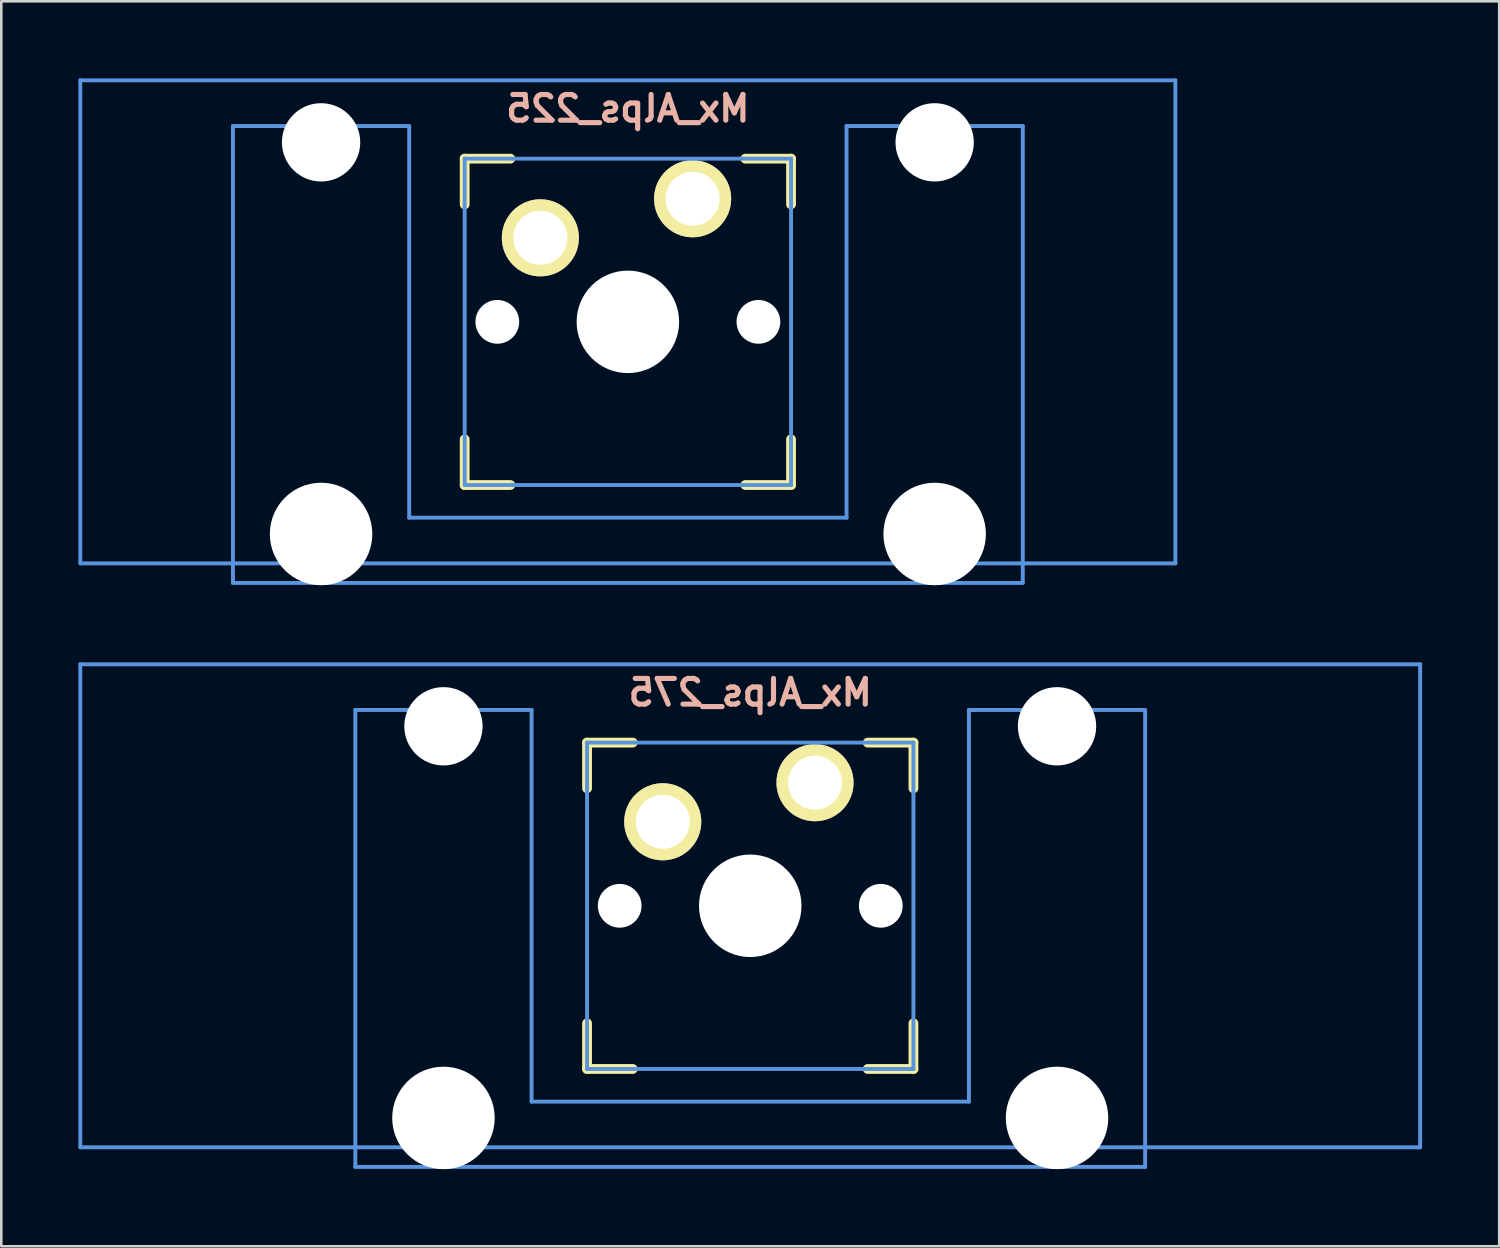
<source format=kicad_pcb>
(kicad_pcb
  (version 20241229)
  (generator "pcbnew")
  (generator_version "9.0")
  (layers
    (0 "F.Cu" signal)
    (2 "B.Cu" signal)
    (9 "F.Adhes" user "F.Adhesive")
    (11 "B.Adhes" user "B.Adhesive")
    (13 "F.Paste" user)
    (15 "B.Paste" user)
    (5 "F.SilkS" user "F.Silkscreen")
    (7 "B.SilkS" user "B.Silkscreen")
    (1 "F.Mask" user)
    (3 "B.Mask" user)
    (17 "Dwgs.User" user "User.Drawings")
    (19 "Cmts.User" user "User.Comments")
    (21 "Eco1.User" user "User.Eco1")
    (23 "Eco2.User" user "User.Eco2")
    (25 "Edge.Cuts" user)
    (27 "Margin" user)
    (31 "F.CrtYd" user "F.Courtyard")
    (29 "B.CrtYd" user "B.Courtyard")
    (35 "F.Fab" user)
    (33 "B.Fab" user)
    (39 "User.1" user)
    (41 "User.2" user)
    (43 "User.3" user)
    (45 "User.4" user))
  (footprint "Mx_Alps_225"
    (layer "F.Cu")
    (at 21.382 9.474)
    (property "Reference" "Mx_Alps_225" (at 0 -8.3 0) (layer "B.SilkS") (effects (font (size 1 1) (thickness 0.2)) (justify mirror)))
    (attr through_hole)
    (fp_line (start -6.35 -6.35) (end -4.572 -6.35) (stroke (width 0.381) (type solid)) (layer "F.SilkS"))
    (fp_line (start -6.35 -4.572) (end -6.35 -6.35) (stroke (width 0.381) (type solid)) (layer "F.SilkS"))
    (fp_line (start -6.35 6.35) (end -6.35 4.572) (stroke (width 0.381) (type solid)) (layer "F.SilkS"))
    (fp_line (start -4.572 6.35) (end -6.35 6.35) (stroke (width 0.381) (type solid)) (layer "F.SilkS"))
    (fp_line (start 4.572 -6.35) (end 6.35 -6.35) (stroke (width 0.381) (type solid)) (layer "F.SilkS"))
    (fp_line (start 6.35 -6.35) (end 6.35 -4.572) (stroke (width 0.381) (type solid)) (layer "F.SilkS"))
    (fp_line (start 6.35 4.572) (end 6.35 6.35) (stroke (width 0.381) (type solid)) (layer "F.SilkS"))
    (fp_line (start 6.35 6.35) (end 4.572 6.35) (stroke (width 0.381) (type solid)) (layer "F.SilkS"))
    (fp_line (start -21.306 -9.398) (end 21.306 -9.398) (stroke (width 0.152) (type solid)) (layer "Cmts.User"))
    (fp_line (start -21.306 9.398) (end -21.306 -9.398) (stroke (width 0.152) (type solid)) (layer "Cmts.User"))
    (fp_line (start -15.367 -7.62) (end -15.367 10.16) (stroke (width 0.152) (type solid)) (layer "Cmts.User"))
    (fp_line (start -15.367 10.16) (end 15.367 10.16) (stroke (width 0.152) (type solid)) (layer "Cmts.User"))
    (fp_line (start -8.509 -7.62) (end -15.367 -7.62) (stroke (width 0.152) (type solid)) (layer "Cmts.User"))
    (fp_line (start -8.509 7.62) (end -8.509 -7.62) (stroke (width 0.152) (type solid)) (layer "Cmts.User"))
    (fp_line (start -6.35 -6.35) (end 6.35 -6.35) (stroke (width 0.152) (type solid)) (layer "Cmts.User"))
    (fp_line (start -6.35 6.35) (end -6.35 -6.35) (stroke (width 0.152) (type solid)) (layer "Cmts.User"))
    (fp_line (start 6.35 -6.35) (end 6.35 6.35) (stroke (width 0.152) (type solid)) (layer "Cmts.User"))
    (fp_line (start 6.35 6.35) (end -6.35 6.35) (stroke (width 0.152) (type solid)) (layer "Cmts.User"))
    (fp_line (start 8.509 -7.62) (end 8.509 7.62) (stroke (width 0.152) (type solid)) (layer "Cmts.User"))
    (fp_line (start 8.509 7.62) (end -8.509 7.62) (stroke (width 0.152) (type solid)) (layer "Cmts.User"))
    (fp_line (start 15.367 -7.62) (end 8.509 -7.62) (stroke (width 0.152) (type solid)) (layer "Cmts.User"))
    (fp_line (start 15.367 10.16) (end 15.367 -7.62) (stroke (width 0.152) (type solid)) (layer "Cmts.User"))
    (fp_line (start 21.306 -9.398) (end 21.306 9.398) (stroke (width 0.152) (type solid)) (layer "Cmts.User"))
    (fp_line (start 21.306 9.398) (end -21.306 9.398) (stroke (width 0.152) (type solid)) (layer "Cmts.User"))
    (fp_line (start -16.129 -2.286) (end -15.265 -2.286) (stroke (width 0.152) (type solid)) (layer "Eco2.User"))
    (fp_line (start -16.129 0.508) (end -16.129 -2.286) (stroke (width 0.152) (type solid)) (layer "Eco2.User"))
    (fp_line (start -15.265 -5.69) (end -8.611 -5.69) (stroke (width 0.152) (type solid)) (layer "Eco2.User"))
    (fp_line (start -15.265 -2.286) (end -15.265 -5.69) (stroke (width 0.152) (type solid)) (layer "Eco2.User"))
    (fp_line (start -15.265 0.508) (end -16.129 0.508) (stroke (width 0.152) (type solid)) (layer "Eco2.User"))
    (fp_line (start -15.265 6.604) (end -15.265 0.508) (stroke (width 0.152) (type solid)) (layer "Eco2.User"))
    (fp_line (start -14.224 6.604) (end -15.265 6.604) (stroke (width 0.152) (type solid)) (layer "Eco2.User"))
    (fp_line (start -14.224 7.772) (end -14.224 6.604) (stroke (width 0.152) (type solid)) (layer "Eco2.User"))
    (fp_line (start -9.652 6.604) (end -9.652 7.772) (stroke (width 0.152) (type solid)) (layer "Eco2.User"))
    (fp_line (start -9.652 7.772) (end -14.224 7.772) (stroke (width 0.152) (type solid)) (layer "Eco2.User"))
    (fp_line (start -8.611 -5.69) (end -8.611 -4.877) (stroke (width 0.152) (type solid)) (layer "Eco2.User"))
    (fp_line (start -8.611 -4.877) (end -6.985 -4.877) (stroke (width 0.152) (type solid)) (layer "Eco2.User"))
    (fp_line (start -8.611 5.817) (end -8.611 6.604) (stroke (width 0.152) (type solid)) (layer "Eco2.User"))
    (fp_line (start -8.611 6.604) (end -9.652 6.604) (stroke (width 0.152) (type solid)) (layer "Eco2.User"))
    (fp_line (start -6.985 -6.985) (end 6.985 -6.985) (stroke (width 0.152) (type solid)) (layer "Eco2.User"))
    (fp_line (start -6.985 -4.877) (end -6.985 -6.985) (stroke (width 0.152) (type solid)) (layer "Eco2.User"))
    (fp_line (start -6.985 5.817) (end -8.611 5.817) (stroke (width 0.152) (type solid)) (layer "Eco2.User"))
    (fp_line (start -6.985 6.985) (end -6.985 5.817) (stroke (width 0.152) (type solid)) (layer "Eco2.User"))
    (fp_line (start 6.985 -6.985) (end 6.985 -4.877) (stroke (width 0.152) (type solid)) (layer "Eco2.User"))
    (fp_line (start 6.985 -4.877) (end 8.611 -4.877) (stroke (width 0.152) (type solid)) (layer "Eco2.User"))
    (fp_line (start 6.985 5.817) (end 6.985 6.985) (stroke (width 0.152) (type solid)) (layer "Eco2.User"))
    (fp_line (start 6.985 6.985) (end -6.985 6.985) (stroke (width 0.152) (type solid)) (layer "Eco2.User"))
    (fp_line (start 8.611 -5.69) (end 15.265 -5.69) (stroke (width 0.152) (type solid)) (layer "Eco2.User"))
    (fp_line (start 8.611 -4.877) (end 8.611 -5.69) (stroke (width 0.152) (type solid)) (layer "Eco2.User"))
    (fp_line (start 8.611 5.817) (end 6.985 5.817) (stroke (width 0.152) (type solid)) (layer "Eco2.User"))
    (fp_line (start 8.611 6.604) (end 8.611 5.817) (stroke (width 0.152) (type solid)) (layer "Eco2.User"))
    (fp_line (start 9.652 6.604) (end 8.611 6.604) (stroke (width 0.152) (type solid)) (layer "Eco2.User"))
    (fp_line (start 9.652 7.772) (end 9.652 6.604) (stroke (width 0.152) (type solid)) (layer "Eco2.User"))
    (fp_line (start 14.224 6.604) (end 14.224 7.772) (stroke (width 0.152) (type solid)) (layer "Eco2.User"))
    (fp_line (start 14.224 7.772) (end 9.652 7.772) (stroke (width 0.152) (type solid)) (layer "Eco2.User"))
    (fp_line (start 15.265 -5.69) (end 15.265 -2.286) (stroke (width 0.152) (type solid)) (layer "Eco2.User"))
    (fp_line (start 15.265 -2.286) (end 16.129 -2.286) (stroke (width 0.152) (type solid)) (layer "Eco2.User"))
    (fp_line (start 15.265 0.508) (end 15.265 6.604) (stroke (width 0.152) (type solid)) (layer "Eco2.User"))
    (fp_line (start 15.265 6.604) (end 14.224 6.604) (stroke (width 0.152) (type solid)) (layer "Eco2.User"))
    (fp_line (start 16.129 -2.286) (end 16.129 0.508) (stroke (width 0.152) (type solid)) (layer "Eco2.User"))
    (fp_line (start 16.129 0.508) (end 15.265 0.508) (stroke (width 0.152) (type solid)) (layer "Eco2.User"))
    (pad "" np_thru_hole circle (at -11.938 -6.985) (size 3.048 3.048) (drill 3.048) (layers "*.Cu"))
    (pad "" np_thru_hole circle (at -11.938 8.255) (size 3.988 3.988) (drill 3.988) (layers "*.Cu"))
    (pad "" np_thru_hole circle (at -5.08 0) (size 1.702 1.702) (drill 1.702) (layers "*.Cu"))
    (pad "" np_thru_hole circle (at 0 0) (size 3.988 3.988) (drill 3.988) (layers "*.Cu"))
    (pad "" np_thru_hole circle (at 5.08 0) (size 1.702 1.702) (drill 1.702) (layers "*.Cu"))
    (pad "" np_thru_hole circle (at 11.938 -6.985) (size 3.048 3.048) (drill 3.048) (layers "*.Cu"))
    (pad "" np_thru_hole circle (at 11.938 8.255) (size 3.988 3.988) (drill 3.988) (layers "*.Cu"))
    (pad "1" thru_hole oval (at -3.405 -3.27) (size 3 3) (drill oval 2.1) (layers "*.Cu" "*.Mask" "F.SilkS"))
    (pad "2" thru_hole oval (at 2.52 -4.79) (size 3 3) (drill oval 2.1) (layers "*.Cu" "*.Mask" "F.SilkS")))
  (footprint "Mx_Alps_275"
    (layer "F.Cu")
    (at 26.144 32.197)
    (property "Reference" "Mx_Alps_275" (at 0 -8.3 0) (layer "B.SilkS") (effects (font (size 1 1) (thickness 0.2)) (justify mirror)))
    (attr through_hole)
    (fp_line (start -6.35 -6.35) (end -4.572 -6.35) (stroke (width 0.381) (type solid)) (layer "F.SilkS"))
    (fp_line (start -6.35 -4.572) (end -6.35 -6.35) (stroke (width 0.381) (type solid)) (layer "F.SilkS"))
    (fp_line (start -6.35 6.35) (end -6.35 4.572) (stroke (width 0.381) (type solid)) (layer "F.SilkS"))
    (fp_line (start -4.572 6.35) (end -6.35 6.35) (stroke (width 0.381) (type solid)) (layer "F.SilkS"))
    (fp_line (start 4.572 -6.35) (end 6.35 -6.35) (stroke (width 0.381) (type solid)) (layer "F.SilkS"))
    (fp_line (start 6.35 -6.35) (end 6.35 -4.572) (stroke (width 0.381) (type solid)) (layer "F.SilkS"))
    (fp_line (start 6.35 4.572) (end 6.35 6.35) (stroke (width 0.381) (type solid)) (layer "F.SilkS"))
    (fp_line (start 6.35 6.35) (end 4.572 6.35) (stroke (width 0.381) (type solid)) (layer "F.SilkS"))
    (fp_line (start -26.068 -9.398) (end 26.068 -9.398) (stroke (width 0.152) (type solid)) (layer "Cmts.User"))
    (fp_line (start -26.068 9.398) (end -26.068 -9.398) (stroke (width 0.152) (type solid)) (layer "Cmts.User"))
    (fp_line (start -15.367 -7.62) (end -15.367 10.16) (stroke (width 0.152) (type solid)) (layer "Cmts.User"))
    (fp_line (start -15.367 10.16) (end 15.367 10.16) (stroke (width 0.152) (type solid)) (layer "Cmts.User"))
    (fp_line (start -8.509 -7.62) (end -15.367 -7.62) (stroke (width 0.152) (type solid)) (layer "Cmts.User"))
    (fp_line (start -8.509 7.62) (end -8.509 -7.62) (stroke (width 0.152) (type solid)) (layer "Cmts.User"))
    (fp_line (start -6.35 -6.35) (end 6.35 -6.35) (stroke (width 0.152) (type solid)) (layer "Cmts.User"))
    (fp_line (start -6.35 6.35) (end -6.35 -6.35) (stroke (width 0.152) (type solid)) (layer "Cmts.User"))
    (fp_line (start 6.35 -6.35) (end 6.35 6.35) (stroke (width 0.152) (type solid)) (layer "Cmts.User"))
    (fp_line (start 6.35 6.35) (end -6.35 6.35) (stroke (width 0.152) (type solid)) (layer "Cmts.User"))
    (fp_line (start 8.509 -7.62) (end 8.509 7.62) (stroke (width 0.152) (type solid)) (layer "Cmts.User"))
    (fp_line (start 8.509 7.62) (end -8.509 7.62) (stroke (width 0.152) (type solid)) (layer "Cmts.User"))
    (fp_line (start 15.367 -7.62) (end 8.509 -7.62) (stroke (width 0.152) (type solid)) (layer "Cmts.User"))
    (fp_line (start 15.367 10.16) (end 15.367 -7.62) (stroke (width 0.152) (type solid)) (layer "Cmts.User"))
    (fp_line (start 26.068 -9.398) (end 26.068 9.398) (stroke (width 0.152) (type solid)) (layer "Cmts.User"))
    (fp_line (start 26.068 9.398) (end -26.068 9.398) (stroke (width 0.152) (type solid)) (layer "Cmts.User"))
    (fp_line (start -16.129 -2.286) (end -15.265 -2.286) (stroke (width 0.152) (type solid)) (layer "Eco2.User"))
    (fp_line (start -16.129 0.508) (end -16.129 -2.286) (stroke (width 0.152) (type solid)) (layer "Eco2.User"))
    (fp_line (start -15.265 -5.69) (end -8.611 -5.69) (stroke (width 0.152) (type solid)) (layer "Eco2.User"))
    (fp_line (start -15.265 -2.286) (end -15.265 -5.69) (stroke (width 0.152) (type solid)) (layer "Eco2.User"))
    (fp_line (start -15.265 0.508) (end -16.129 0.508) (stroke (width 0.152) (type solid)) (layer "Eco2.User"))
    (fp_line (start -15.265 6.604) (end -15.265 0.508) (stroke (width 0.152) (type solid)) (layer "Eco2.User"))
    (fp_line (start -14.224 6.604) (end -15.265 6.604) (stroke (width 0.152) (type solid)) (layer "Eco2.User"))
    (fp_line (start -14.224 7.772) (end -14.224 6.604) (stroke (width 0.152) (type solid)) (layer "Eco2.User"))
    (fp_line (start -9.652 6.604) (end -9.652 7.772) (stroke (width 0.152) (type solid)) (layer "Eco2.User"))
    (fp_line (start -9.652 7.772) (end -14.224 7.772) (stroke (width 0.152) (type solid)) (layer "Eco2.User"))
    (fp_line (start -8.611 -5.69) (end -8.611 -4.877) (stroke (width 0.152) (type solid)) (layer "Eco2.User"))
    (fp_line (start -8.611 -4.877) (end -6.985 -4.877) (stroke (width 0.152) (type solid)) (layer "Eco2.User"))
    (fp_line (start -8.611 5.817) (end -8.611 6.604) (stroke (width 0.152) (type solid)) (layer "Eco2.User"))
    (fp_line (start -8.611 6.604) (end -9.652 6.604) (stroke (width 0.152) (type solid)) (layer "Eco2.User"))
    (fp_line (start -6.985 -6.985) (end 6.985 -6.985) (stroke (width 0.152) (type solid)) (layer "Eco2.User"))
    (fp_line (start -6.985 -4.877) (end -6.985 -6.985) (stroke (width 0.152) (type solid)) (layer "Eco2.User"))
    (fp_line (start -6.985 5.817) (end -8.611 5.817) (stroke (width 0.152) (type solid)) (layer "Eco2.User"))
    (fp_line (start -6.985 6.985) (end -6.985 5.817) (stroke (width 0.152) (type solid)) (layer "Eco2.User"))
    (fp_line (start 6.985 -6.985) (end 6.985 -4.877) (stroke (width 0.152) (type solid)) (layer "Eco2.User"))
    (fp_line (start 6.985 -4.877) (end 8.611 -4.877) (stroke (width 0.152) (type solid)) (layer "Eco2.User"))
    (fp_line (start 6.985 5.817) (end 6.985 6.985) (stroke (width 0.152) (type solid)) (layer "Eco2.User"))
    (fp_line (start 6.985 6.985) (end -6.985 6.985) (stroke (width 0.152) (type solid)) (layer "Eco2.User"))
    (fp_line (start 8.611 -5.69) (end 15.265 -5.69) (stroke (width 0.152) (type solid)) (layer "Eco2.User"))
    (fp_line (start 8.611 -4.877) (end 8.611 -5.69) (stroke (width 0.152) (type solid)) (layer "Eco2.User"))
    (fp_line (start 8.611 5.817) (end 6.985 5.817) (stroke (width 0.152) (type solid)) (layer "Eco2.User"))
    (fp_line (start 8.611 6.604) (end 8.611 5.817) (stroke (width 0.152) (type solid)) (layer "Eco2.User"))
    (fp_line (start 9.652 6.604) (end 8.611 6.604) (stroke (width 0.152) (type solid)) (layer "Eco2.User"))
    (fp_line (start 9.652 7.772) (end 9.652 6.604) (stroke (width 0.152) (type solid)) (layer "Eco2.User"))
    (fp_line (start 14.224 6.604) (end 14.224 7.772) (stroke (width 0.152) (type solid)) (layer "Eco2.User"))
    (fp_line (start 14.224 7.772) (end 9.652 7.772) (stroke (width 0.152) (type solid)) (layer "Eco2.User"))
    (fp_line (start 15.265 -5.69) (end 15.265 -2.286) (stroke (width 0.152) (type solid)) (layer "Eco2.User"))
    (fp_line (start 15.265 -2.286) (end 16.129 -2.286) (stroke (width 0.152) (type solid)) (layer "Eco2.User"))
    (fp_line (start 15.265 0.508) (end 15.265 6.604) (stroke (width 0.152) (type solid)) (layer "Eco2.User"))
    (fp_line (start 15.265 6.604) (end 14.224 6.604) (stroke (width 0.152) (type solid)) (layer "Eco2.User"))
    (fp_line (start 16.129 -2.286) (end 16.129 0.508) (stroke (width 0.152) (type solid)) (layer "Eco2.User"))
    (fp_line (start 16.129 0.508) (end 15.265 0.508) (stroke (width 0.152) (type solid)) (layer "Eco2.User"))
    (pad "" np_thru_hole circle (at -11.938 -6.985) (size 3.048 3.048) (drill 3.048) (layers "*.Cu"))
    (pad "" np_thru_hole circle (at -11.938 8.255) (size 3.988 3.988) (drill 3.988) (layers "*.Cu"))
    (pad "" np_thru_hole circle (at -5.08 0) (size 1.702 1.702) (drill 1.702) (layers "*.Cu"))
    (pad "" np_thru_hole circle (at 0 0) (size 3.988 3.988) (drill 3.988) (layers "*.Cu"))
    (pad "" np_thru_hole circle (at 5.08 0) (size 1.702 1.702) (drill 1.702) (layers "*.Cu"))
    (pad "" np_thru_hole circle (at 11.938 -6.985) (size 3.048 3.048) (drill 3.048) (layers "*.Cu"))
    (pad "" np_thru_hole circle (at 11.938 8.255) (size 3.988 3.988) (drill 3.988) (layers "*.Cu"))
    (pad "1" thru_hole oval (at -3.405 -3.27) (size 3 3) (drill oval 2.1) (layers "*.Cu" "*.Mask" "F.SilkS"))
    (pad "2" thru_hole oval (at 2.52 -4.79) (size 3 3) (drill oval 2.1) (layers "*.Cu" "*.Mask" "F.SilkS")))
  (gr_rect
    (start -3 -3)
    (end 55.288 45.446)
    (stroke (width 0.1) (type default))
    (fill no)
    (layer "Edge.Cuts")))
</source>
